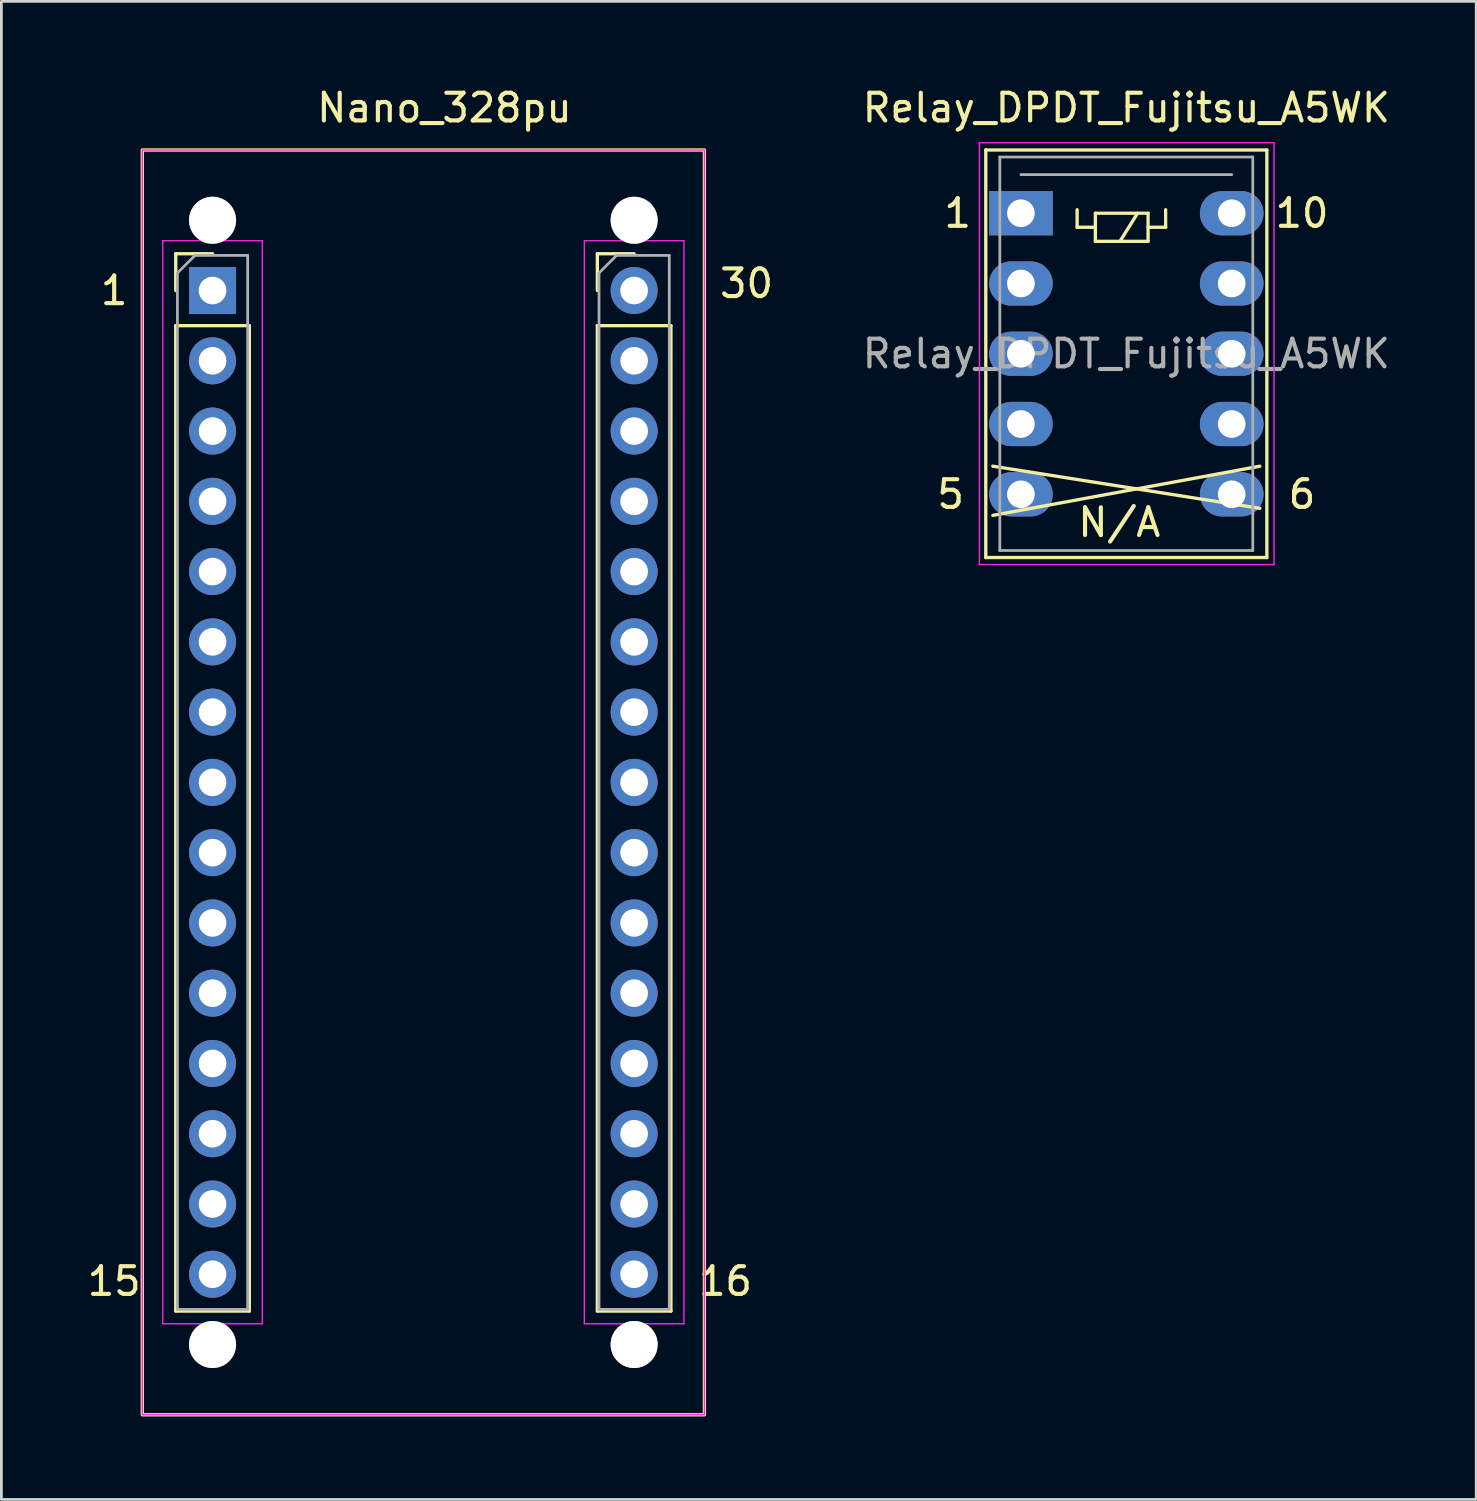
<source format=kicad_pcb>
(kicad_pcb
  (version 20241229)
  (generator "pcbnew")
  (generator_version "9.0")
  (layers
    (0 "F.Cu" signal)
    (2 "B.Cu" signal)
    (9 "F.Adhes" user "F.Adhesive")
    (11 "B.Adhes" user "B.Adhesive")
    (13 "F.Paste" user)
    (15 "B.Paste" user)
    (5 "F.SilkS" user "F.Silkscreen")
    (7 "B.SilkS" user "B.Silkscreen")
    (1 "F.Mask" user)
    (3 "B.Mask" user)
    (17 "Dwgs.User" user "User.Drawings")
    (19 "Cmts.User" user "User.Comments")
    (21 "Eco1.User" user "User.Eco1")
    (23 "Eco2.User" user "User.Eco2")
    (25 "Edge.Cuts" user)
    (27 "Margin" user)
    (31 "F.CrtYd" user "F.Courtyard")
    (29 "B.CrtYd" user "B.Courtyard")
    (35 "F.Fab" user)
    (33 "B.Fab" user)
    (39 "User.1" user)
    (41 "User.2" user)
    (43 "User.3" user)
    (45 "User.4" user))
  (footprint "Nano_328pu"
    (layer "F.Cu")
    (at 4.633 7.452)
    (property "Reference" "Nano_328pu" (at 8.382 -6.604 0) (layer "F.SilkS") (effects (font (size 1 1) (thickness 0.15))))
    (attr through_hole)
    (fp_line (start -1.33 -1.33) (end 0 -1.33) (stroke (width 0.12) (type solid)) (layer "F.SilkS"))
    (fp_line (start -1.33 0) (end -1.33 -1.33) (stroke (width 0.12) (type solid)) (layer "F.SilkS"))
    (fp_line (start -1.33 1.27) (end -1.33 36.89) (stroke (width 0.12) (type solid)) (layer "F.SilkS"))
    (fp_line (start -1.33 1.27) (end 1.33 1.27) (stroke (width 0.12) (type solid)) (layer "F.SilkS"))
    (fp_line (start -1.33 36.89) (end 1.33 36.89) (stroke (width 0.12) (type solid)) (layer "F.SilkS"))
    (fp_line (start 1.33 1.27) (end 1.33 36.89) (stroke (width 0.12) (type solid)) (layer "F.SilkS"))
    (fp_line (start 13.91 -1.33) (end 15.24 -1.33) (stroke (width 0.12) (type solid)) (layer "F.SilkS"))
    (fp_line (start 13.91 0) (end 13.91 -1.33) (stroke (width 0.12) (type solid)) (layer "F.SilkS"))
    (fp_line (start 13.91 1.27) (end 13.91 36.89) (stroke (width 0.12) (type solid)) (layer "F.SilkS"))
    (fp_line (start 13.91 1.27) (end 16.57 1.27) (stroke (width 0.12) (type solid)) (layer "F.SilkS"))
    (fp_line (start 13.91 36.89) (end 16.57 36.89) (stroke (width 0.12) (type solid)) (layer "F.SilkS"))
    (fp_line (start 16.57 1.27) (end 16.57 36.89) (stroke (width 0.12) (type solid)) (layer "F.SilkS"))
    (fp_rect (start -2.54 -5.08) (end 17.78 40.64) (stroke (width 0.12) (type solid)) (fill no) (layer "F.SilkS"))
    (fp_line (start -1.8 -1.8) (end -1.8 37.35) (stroke (width 0.05) (type solid)) (layer "F.CrtYd"))
    (fp_line (start -1.8 37.35) (end 1.8 37.35) (stroke (width 0.05) (type solid)) (layer "F.CrtYd"))
    (fp_line (start 1.8 -1.8) (end -1.8 -1.8) (stroke (width 0.05) (type solid)) (layer "F.CrtYd"))
    (fp_line (start 1.8 37.35) (end 1.8 -1.8) (stroke (width 0.05) (type solid)) (layer "F.CrtYd"))
    (fp_line (start 13.44 -1.8) (end 13.44 37.35) (stroke (width 0.05) (type solid)) (layer "F.CrtYd"))
    (fp_line (start 13.44 37.35) (end 17.04 37.35) (stroke (width 0.05) (type solid)) (layer "F.CrtYd"))
    (fp_line (start 17.04 -1.8) (end 13.44 -1.8) (stroke (width 0.05) (type solid)) (layer "F.CrtYd"))
    (fp_line (start 17.04 37.35) (end 17.04 -1.8) (stroke (width 0.05) (type solid)) (layer "F.CrtYd"))
    (fp_rect (start -2.54 -5.08) (end 17.78 40.64) (stroke (width 0.05) (type solid)) (fill no) (layer "F.CrtYd"))
    (fp_line (start -1.27 -0.635) (end -0.635 -1.27) (stroke (width 0.1) (type solid)) (layer "F.Fab"))
    (fp_line (start -1.27 36.83) (end -1.27 -0.635) (stroke (width 0.1) (type solid)) (layer "F.Fab"))
    (fp_line (start -0.635 -1.27) (end 1.27 -1.27) (stroke (width 0.1) (type solid)) (layer "F.Fab"))
    (fp_line (start 1.27 -1.27) (end 1.27 36.83) (stroke (width 0.1) (type solid)) (layer "F.Fab"))
    (fp_line (start 1.27 36.83) (end -1.27 36.83) (stroke (width 0.1) (type solid)) (layer "F.Fab"))
    (fp_line (start 13.97 -0.635) (end 14.605 -1.27) (stroke (width 0.1) (type solid)) (layer "F.Fab"))
    (fp_line (start 13.97 36.83) (end 13.97 -0.635) (stroke (width 0.1) (type solid)) (layer "F.Fab"))
    (fp_line (start 14.605 -1.27) (end 16.51 -1.27) (stroke (width 0.1) (type solid)) (layer "F.Fab"))
    (fp_line (start 16.51 -1.27) (end 16.51 36.83) (stroke (width 0.1) (type solid)) (layer "F.Fab"))
    (fp_line (start 16.51 36.83) (end 13.97 36.83) (stroke (width 0.1) (type solid)) (layer "F.Fab"))
    (fp_text user "30" (at 19.304 -0.254 0) (unlocked yes) (layer "F.SilkS") (effects (font (size 1 1) (thickness 0.15))))
    (fp_text user "16" (at 18.542 35.814 0) (unlocked yes) (layer "F.SilkS") (effects (font (size 1 1) (thickness 0.15))))
    (fp_text user "1" (at -3.556 0 0) (unlocked yes) (layer "F.SilkS") (effects (font (size 1 1) (thickness 0.15))))
    (fp_text user "15" (at -3.556 35.814 0) (unlocked yes) (layer "F.SilkS") (effects (font (size 1 1) (thickness 0.15))))
    (pad "" thru_hole circle (at 0 -2.54) (size 1.7 1.7) (drill 1.7) (layers "*.Mask"))
    (pad "" thru_hole oval (at 0 38.1) (size 1.7 1.7) (drill 1.7) (layers "*.Mask"))
    (pad "" thru_hole oval (at 15.24 -2.54) (size 1.7 1.7) (drill 1.7) (layers "*.Mask"))
    (pad "" thru_hole oval (at 15.24 38.1) (size 1.7 1.7) (drill 1.7) (layers "*.Mask"))
    (pad "1" thru_hole rect (at 0 0) (size 1.7 1.7) (drill 1) (layers "*.Cu" "*.Mask"))
    (pad "2" thru_hole oval (at 0 2.54) (size 1.7 1.7) (drill 1) (layers "*.Cu" "*.Mask"))
    (pad "3" thru_hole oval (at 0 5.08) (size 1.7 1.7) (drill 1) (layers "*.Cu" "*.Mask"))
    (pad "4" thru_hole oval (at 0 7.62) (size 1.7 1.7) (drill 1) (layers "*.Cu" "*.Mask"))
    (pad "5" thru_hole oval (at 0 10.16) (size 1.7 1.7) (drill 1) (layers "*.Cu" "*.Mask"))
    (pad "6" thru_hole oval (at 0 12.7) (size 1.7 1.7) (drill 1) (layers "*.Cu" "*.Mask"))
    (pad "7" thru_hole oval (at 0 15.24) (size 1.7 1.7) (drill 1) (layers "*.Cu" "*.Mask"))
    (pad "8" thru_hole oval (at 0 17.78) (size 1.7 1.7) (drill 1) (layers "*.Cu" "*.Mask"))
    (pad "9" thru_hole oval (at 0 20.32) (size 1.7 1.7) (drill 1) (layers "*.Cu" "*.Mask"))
    (pad "10" thru_hole oval (at 0 22.86) (size 1.7 1.7) (drill 1) (layers "*.Cu" "*.Mask"))
    (pad "11" thru_hole oval (at 0 25.4) (size 1.7 1.7) (drill 1) (layers "*.Cu" "*.Mask"))
    (pad "12" thru_hole oval (at 0 27.94) (size 1.7 1.7) (drill 1) (layers "*.Cu" "*.Mask"))
    (pad "13" thru_hole oval (at 0 30.48) (size 1.7 1.7) (drill 1) (layers "*.Cu" "*.Mask"))
    (pad "14" thru_hole oval (at 0 33.02) (size 1.7 1.7) (drill 1) (layers "*.Cu" "*.Mask"))
    (pad "15" thru_hole oval (at 0 35.56) (size 1.7 1.7) (drill 1) (layers "*.Cu" "*.Mask"))
    (pad "16" thru_hole oval (at 15.24 35.56) (size 1.7 1.7) (drill 1) (layers "*.Cu" "*.Mask"))
    (pad "17" thru_hole oval (at 15.24 33.02) (size 1.7 1.7) (drill 1) (layers "*.Cu" "*.Mask"))
    (pad "18" thru_hole oval (at 15.24 30.48) (size 1.7 1.7) (drill 1) (layers "*.Cu" "*.Mask"))
    (pad "19" thru_hole oval (at 15.24 27.94) (size 1.7 1.7) (drill 1) (layers "*.Cu" "*.Mask"))
    (pad "20" thru_hole oval (at 15.24 25.4) (size 1.7 1.7) (drill 1) (layers "*.Cu" "*.Mask"))
    (pad "21" thru_hole oval (at 15.24 22.86) (size 1.7 1.7) (drill 1) (layers "*.Cu" "*.Mask"))
    (pad "22" thru_hole oval (at 15.24 20.32) (size 1.7 1.7) (drill 1) (layers "*.Cu" "*.Mask"))
    (pad "23" thru_hole oval (at 15.24 17.78) (size 1.7 1.7) (drill 1) (layers "*.Cu" "*.Mask"))
    (pad "24" thru_hole oval (at 15.24 15.24) (size 1.7 1.7) (drill 1) (layers "*.Cu" "*.Mask"))
    (pad "25" thru_hole oval (at 15.24 12.7) (size 1.7 1.7) (drill 1) (layers "*.Cu" "*.Mask"))
    (pad "26" thru_hole oval (at 15.24 10.16) (size 1.7 1.7) (drill 1) (layers "*.Cu" "*.Mask"))
    (pad "27" thru_hole oval (at 15.24 7.62) (size 1.7 1.7) (drill 1) (layers "*.Cu" "*.Mask"))
    (pad "28" thru_hole oval (at 15.24 5.08) (size 1.7 1.7) (drill 1) (layers "*.Cu" "*.Mask"))
    (pad "29" thru_hole oval (at 15.24 2.54) (size 1.7 1.7) (drill 1) (layers "*.Cu" "*.Mask"))
    (pad "30" thru_hole circle (at 15.24 0) (size 1.7 1.7) (drill 1) (layers "*.Cu" "*.Mask")))
  (footprint "Relay_DPDT_Fujitsu_A5WK"
    (layer "F.Cu")
    (at 33.854 4.658)
    (property "Reference" "Relay_DPDT_Fujitsu_A5WK" (at 3.81 -3.81 0) (layer "F.SilkS") (effects (font (size 1 1) (thickness 0.15))))
    (attr through_hole)
    (fp_line (start -1.27 -2.286) (end 8.89 -2.286) (stroke (width 0.12) (type solid)) (layer "F.SilkS"))
    (fp_line (start -1.27 12.446) (end -1.27 -2.286) (stroke (width 0.12) (type solid)) (layer "F.SilkS"))
    (fp_line (start -1.016 9.144) (end 8.636 10.668) (stroke (width 0.12) (type solid)) (layer "F.SilkS"))
    (fp_line (start 2.032 -0.127) (end 2.032 0.508) (stroke (width 0.12) (type solid)) (layer "F.SilkS"))
    (fp_line (start 2.032 0.508) (end 2.692 0.508) (stroke (width 0.12) (type solid)) (layer "F.SilkS"))
    (fp_line (start 2.692 0) (end 2.692 1.016) (stroke (width 0.12) (type solid)) (layer "F.SilkS"))
    (fp_line (start 2.692 1.016) (end 4.597 1.016) (stroke (width 0.12) (type solid)) (layer "F.SilkS"))
    (fp_line (start 4.216 0) (end 3.581 1.016) (stroke (width 0.12) (type solid)) (layer "F.SilkS"))
    (fp_line (start 4.597 0) (end 2.692 0) (stroke (width 0.12) (type solid)) (layer "F.SilkS"))
    (fp_line (start 4.597 0) (end 4.597 1.016) (stroke (width 0.12) (type solid)) (layer "F.SilkS"))
    (fp_line (start 5.232 -0.127) (end 5.232 0.508) (stroke (width 0.12) (type solid)) (layer "F.SilkS"))
    (fp_line (start 5.232 0.508) (end 4.597 0.508) (stroke (width 0.12) (type solid)) (layer "F.SilkS"))
    (fp_line (start 8.636 9.144) (end -1.016 10.922) (stroke (width 0.12) (type solid)) (layer "F.SilkS"))
    (fp_line (start 8.89 -2.286) (end 8.89 12.446) (stroke (width 0.12) (type solid)) (layer "F.SilkS"))
    (fp_line (start 8.89 12.446) (end -1.27 12.446) (stroke (width 0.12) (type solid)) (layer "F.SilkS"))
    (fp_line (start -1.5 -2.55) (end 9.15 -2.55) (stroke (width 0.05) (type solid)) (layer "F.CrtYd"))
    (fp_line (start -1.5 12.7) (end -1.5 -2.55) (stroke (width 0.05) (type solid)) (layer "F.CrtYd"))
    (fp_line (start 9.15 -2.55) (end 9.15 12.7) (stroke (width 0.05) (type solid)) (layer "F.CrtYd"))
    (fp_line (start 9.15 12.7) (end -1.5 12.7) (stroke (width 0.05) (type solid)) (layer "F.CrtYd"))
    (fp_line (start -0.762 -2.032) (end 8.382 -2.032) (stroke (width 0.1) (type solid)) (layer "F.Fab"))
    (fp_line (start -0.762 12.192) (end -0.762 -2.032) (stroke (width 0.1) (type solid)) (layer "F.Fab"))
    (fp_line (start 0 -1.397) (end 7.62 -1.397) (stroke (width 0.1) (type solid)) (layer "F.Fab"))
    (fp_line (start 8.382 -2.032) (end 8.382 12.192) (stroke (width 0.1) (type solid)) (layer "F.Fab"))
    (fp_line (start 8.382 12.192) (end -0.762 12.192) (stroke (width 0.1) (type solid)) (layer "F.Fab"))
    (fp_text user "6" (at 10.16 10.16 0) (unlocked yes) (layer "F.SilkS") (effects (font (size 1 1) (thickness 0.15))))
    (fp_text user "1" (at -2.286 0 0) (unlocked yes) (layer "F.SilkS") (effects (font (size 1 1) (thickness 0.15))))
    (fp_text user "N/A" (at 3.556 11.176 0) (unlocked yes) (layer "F.SilkS") (effects (font (size 1 1) (thickness 0.15))))
    (fp_text user "10" (at 10.16 0 0) (unlocked yes) (layer "F.SilkS") (effects (font (size 1 1) (thickness 0.15))))
    (fp_text user "5" (at -2.54 10.16 0) (unlocked yes) (layer "F.SilkS") (effects (font (size 1 1) (thickness 0.15))))
    (fp_text user "${REFERENCE}" (at 3.81 5.08 0) (layer "F.Fab") (effects (font (size 1 1) (thickness 0.15))))
    (pad "1" thru_hole rect (at 0 0) (size 2.3 1.6) (drill 1) (layers "*.Cu" "*.Mask"))
    (pad "2" thru_hole oval (at 0 2.54) (size 2.3 1.6) (drill 1) (layers "*.Cu" "*.Mask"))
    (pad "3" thru_hole oval (at 0 5.08) (size 2.3 1.6) (drill 1) (layers "*.Cu" "*.Mask"))
    (pad "4" thru_hole oval (at 0 7.62) (size 2.3 1.6) (drill 1) (layers "*.Cu" "*.Mask"))
    (pad "5" thru_hole oval (at 0 10.16) (size 2.3 1.6) (drill 1) (layers "*.Cu" "*.Mask"))
    (pad "6" thru_hole oval (at 7.62 10.16) (size 2.3 1.6) (drill 1) (layers "*.Cu" "*.Mask"))
    (pad "7" thru_hole oval (at 7.62 7.62) (size 2.3 1.6) (drill 1) (layers "*.Cu" "*.Mask"))
    (pad "8" thru_hole oval (at 7.62 5.08) (size 2.3 1.6) (drill 1) (layers "*.Cu" "*.Mask"))
    (pad "9" thru_hole oval (at 7.62 2.54) (size 2.3 1.6) (drill 1) (layers "*.Cu" "*.Mask"))
    (pad "10" thru_hole oval (at 7.62 0) (size 2.3 1.6) (drill 1) (layers "*.Cu" "*.Mask")))
  (gr_rect
    (start -3 -3)
    (end 50.312 51.152)
    (stroke (width 0.1) (type default))
    (fill no)
    (layer "Edge.Cuts")))
</source>
